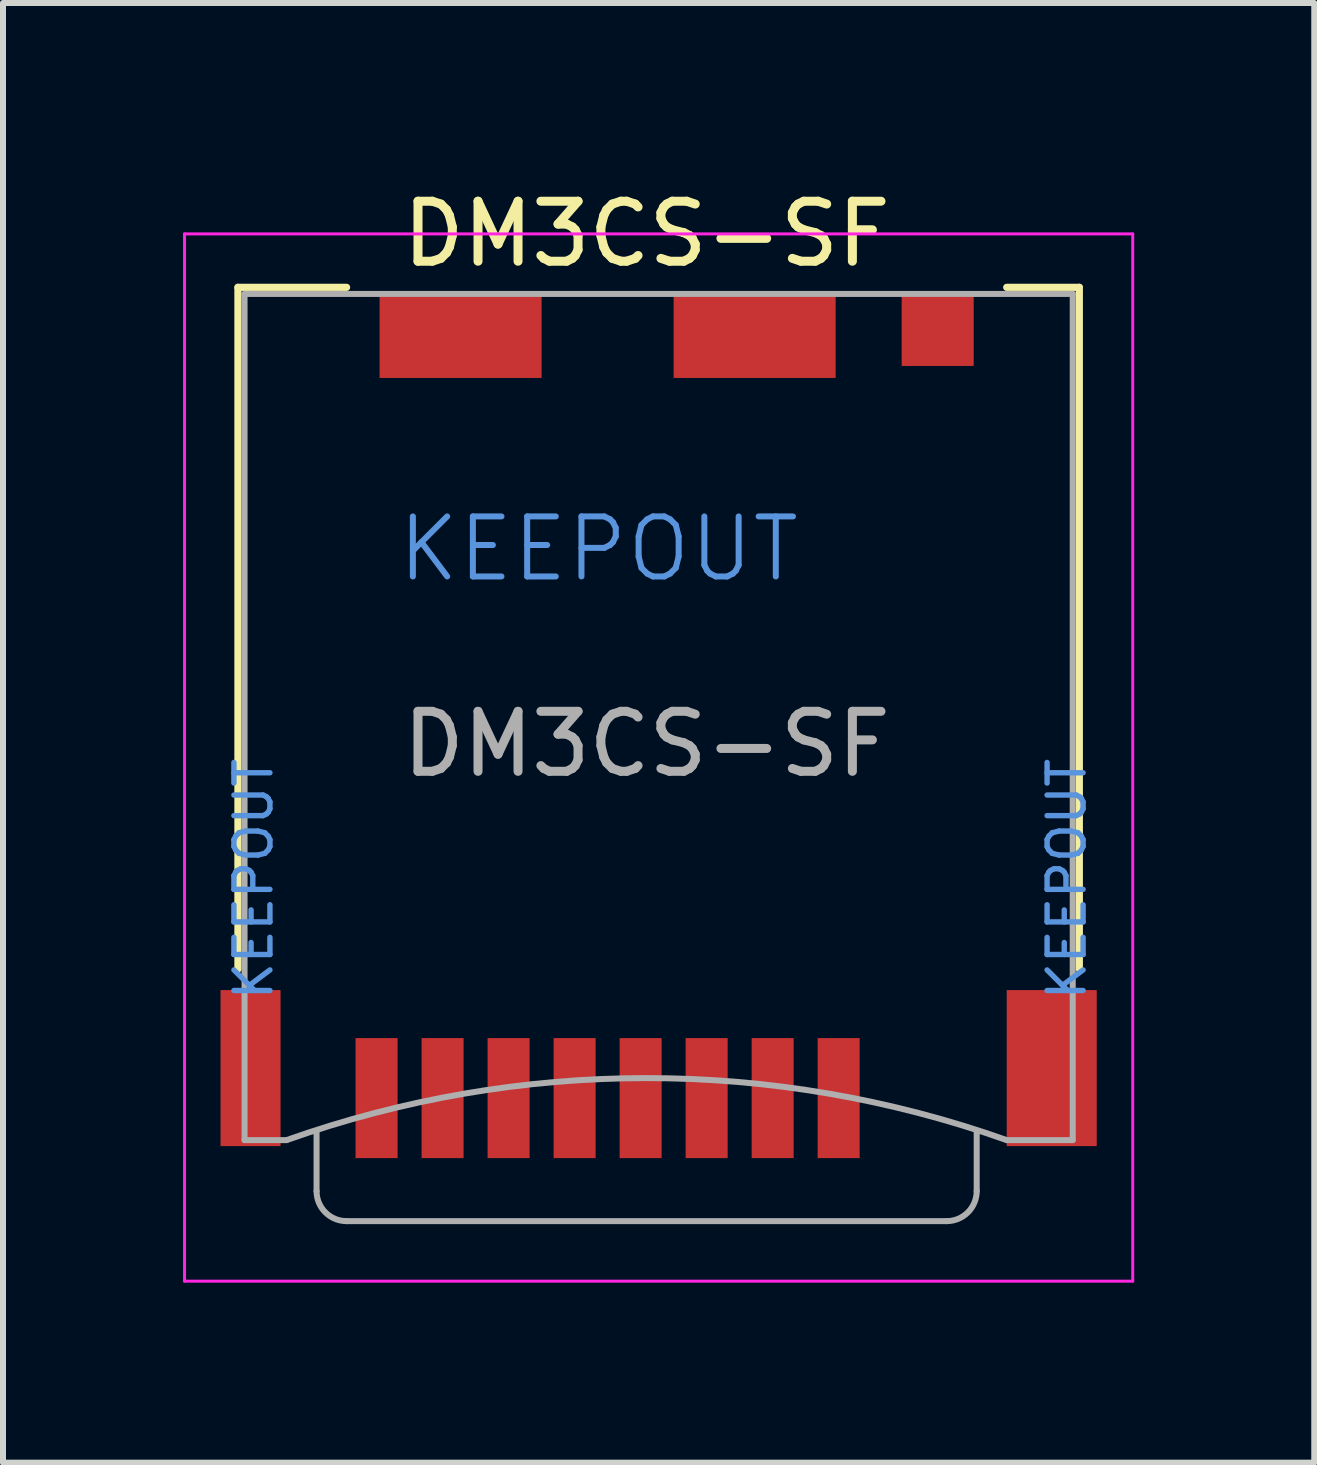
<source format=kicad_pcb>
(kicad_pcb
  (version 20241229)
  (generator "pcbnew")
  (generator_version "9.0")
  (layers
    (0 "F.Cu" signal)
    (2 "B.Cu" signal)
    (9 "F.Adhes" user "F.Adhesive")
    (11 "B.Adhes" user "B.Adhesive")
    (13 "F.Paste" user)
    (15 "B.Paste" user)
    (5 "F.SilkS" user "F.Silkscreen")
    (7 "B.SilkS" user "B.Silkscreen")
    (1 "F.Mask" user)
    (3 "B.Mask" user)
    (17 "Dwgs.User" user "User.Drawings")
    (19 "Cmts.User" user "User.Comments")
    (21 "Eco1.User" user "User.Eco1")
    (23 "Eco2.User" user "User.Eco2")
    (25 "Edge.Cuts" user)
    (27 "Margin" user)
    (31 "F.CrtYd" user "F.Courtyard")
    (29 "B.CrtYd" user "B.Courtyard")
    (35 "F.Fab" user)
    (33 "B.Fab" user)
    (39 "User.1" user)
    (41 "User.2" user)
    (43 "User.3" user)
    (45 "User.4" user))
  (footprint "DM3CS-SF"
    (layer "F.Cu")
    (at 7.725 1.848)
    (property "Reference" "DM3CS-SF" (at 0 -1 0) (layer "F.SilkS") (effects (font (size 1 1) (thickness 0.15))))
    (attr smd)
    (fp_line (start -6.81 -0.11) (end -6.81 11.25) (stroke (width 0.12) (type solid)) (layer "F.SilkS"))
    (fp_line (start -5 -0.11) (end -6.81 -0.11) (stroke (width 0.12) (type solid)) (layer "F.SilkS"))
    (fp_line (start 6 -0.11) (end 7.21 -0.11) (stroke (width 0.12) (type solid)) (layer "F.SilkS"))
    (fp_line (start 7.21 -0.11) (end 7.21 11.25) (stroke (width 0.12) (type solid)) (layer "F.SilkS"))
    (fp_line (start -7.7 -1) (end 8.1 -1) (stroke (width 0.05) (type solid)) (layer "F.CrtYd"))
    (fp_line (start -7.7 16.45) (end -7.7 -1) (stroke (width 0.05) (type solid)) (layer "F.CrtYd"))
    (fp_line (start 8.1 -1) (end 8.1 16.45) (stroke (width 0.05) (type solid)) (layer "F.CrtYd"))
    (fp_line (start 8.1 16.45) (end -7.7 16.45) (stroke (width 0.05) (type solid)) (layer "F.CrtYd"))
    (fp_line (start -6.7 14.1) (end -6.7 0) (stroke (width 0.1) (type solid)) (layer "F.Fab"))
    (fp_line (start -6.7 14.1) (end -6 14.1) (stroke (width 0.1) (type solid)) (layer "F.Fab"))
    (fp_line (start -5.5 13.95) (end -5.5 14.95) (stroke (width 0.1) (type solid)) (layer "F.Fab"))
    (fp_line (start -5 15.45) (end 5 15.45) (stroke (width 0.1) (type solid)) (layer "F.Fab"))
    (fp_line (start 5.5 14.95) (end 5.5 13.95) (stroke (width 0.1) (type solid)) (layer "F.Fab"))
    (fp_line (start 6 14.1) (end 7.1 14.1) (stroke (width 0.1) (type solid)) (layer "F.Fab"))
    (fp_line (start 7.1 0) (end -6.7 0) (stroke (width 0.1) (type solid)) (layer "F.Fab"))
    (fp_line (start 7.1 14.1) (end 7.1 0) (stroke (width 0.1) (type solid)) (layer "F.Fab"))
    (fp_arc (start -6 14.1) (mid 0.000001 13.066512) (end 6.000001 14.100001) (stroke (width 0.1) (type default)) (layer "F.Fab"))
    (fp_arc (start -5 15.45) (mid -5.353553 15.303553) (end -5.5 14.95) (stroke (width 0.1) (type solid)) (layer "F.Fab"))
    (fp_arc (start 5.5 14.95) (mid 5.353553 15.303553) (end 5 15.45) (stroke (width 0.1) (type solid)) (layer "F.Fab"))
    (fp_text user "KEEPOUT" (at -0.8 4.25 0) (layer "Cmts.User") (effects (font (size 1 1) (thickness 0.1))))
    (fp_text user "KEEPOUT" (at -6.55 9.75 90) (layer "Cmts.User") (effects (font (size 0.6 0.6) (thickness 0.09))))
    (fp_text user "KEEPOUT" (at 7 9.75 90) (layer "Cmts.User") (effects (font (size 0.6 0.6) (thickness 0.09))))
    (fp_text user "${REFERENCE}" (at 0 7.5 0) (layer "F.Fab") (effects (font (size 1 1) (thickness 0.15))))
    (pad "1" smd rect (at 3.2 13.4) (size 0.7 2) (layers "F.Cu" "F.Mask" "F.Paste"))
    (pad "2" smd rect (at 2.1 13.4) (size 0.7 2) (layers "F.Cu" "F.Mask" "F.Paste"))
    (pad "3" smd rect (at 1 13.4) (size 0.7 2) (layers "F.Cu" "F.Mask" "F.Paste"))
    (pad "4" smd rect (at -0.1 13.4) (size 0.7 2) (layers "F.Cu" "F.Mask" "F.Paste"))
    (pad "5" smd rect (at -1.2 13.4) (size 0.7 2) (layers "F.Cu" "F.Mask" "F.Paste"))
    (pad "6" smd rect (at -2.3 13.4) (size 0.7 2) (layers "F.Cu" "F.Mask" "F.Paste"))
    (pad "7" smd rect (at -3.4 13.4) (size 0.7 2) (layers "F.Cu" "F.Mask" "F.Paste"))
    (pad "8" smd rect (at -4.5 13.4) (size 0.7 2) (layers "F.Cu" "F.Mask" "F.Paste"))
    (pad "9" smd rect (at 1.8 0.7) (size 2.7 1.4) (layers "F.Cu" "F.Mask" "F.Paste"))
    (pad "10" smd rect (at -6.6 12.9) (size 1 2.6) (layers "F.Cu" "F.Mask" "F.Paste"))
    (pad "10" smd rect (at -3.1 0.7) (size 2.7 1.4) (layers "F.Cu" "F.Mask" "F.Paste"))
    (pad "10" smd rect (at 4.85 0.6) (size 1.2 1.2) (layers "F.Cu" "F.Mask" "F.Paste"))
    (pad "10" smd rect (at 6.75 12.9) (size 1.5 2.6) (layers "F.Cu" "F.Mask" "F.Paste"))
    (zone (net_name "") (layer "F.Cu") (hatch full 0.508) (connect_pads) (min_thickness 0.254) (filled_areas_thickness no) (keepout (tracks not_allowed) (vias not_allowed) (pads not_allowed) (copperpour not_allowed) (footprints not_allowed)) (placement (enabled no)) (fill) (polygon (pts (xy 1.425 13.448) (xy 0.825 13.448) (xy 0.825 9.648) (xy 1.425 9.648))))
    (zone (net_name "") (layer "F.Cu") (hatch full 0.508) (connect_pads) (min_thickness 0.254) (filled_areas_thickness no) (keepout (tracks not_allowed) (vias not_allowed) (pads not_allowed) (copperpour not_allowed) (footprints not_allowed)) (placement (enabled no)) (fill) (polygon (pts (xy 11.475 7.248) (xy 2.675 7.248) (xy 2.675 4.748) (xy 11.475 4.748))))
    (zone (net_name "") (layer "F.Cu") (hatch full 0.508) (connect_pads) (min_thickness 0.254) (filled_areas_thickness no) (keepout (tracks not_allowed) (vias not_allowed) (pads not_allowed) (copperpour not_allowed) (footprints not_allowed)) (placement (enabled no)) (fill) (polygon (pts (xy 15.025 13.448) (xy 14.425 13.448) (xy 14.425 9.648) (xy 15.025 9.648)))))
  (gr_rect
    (start -3 -3)
    (end 18.85 21.323)
    (stroke (width 0.1) (type default))
    (fill no)
    (layer "Edge.Cuts")))
</source>
